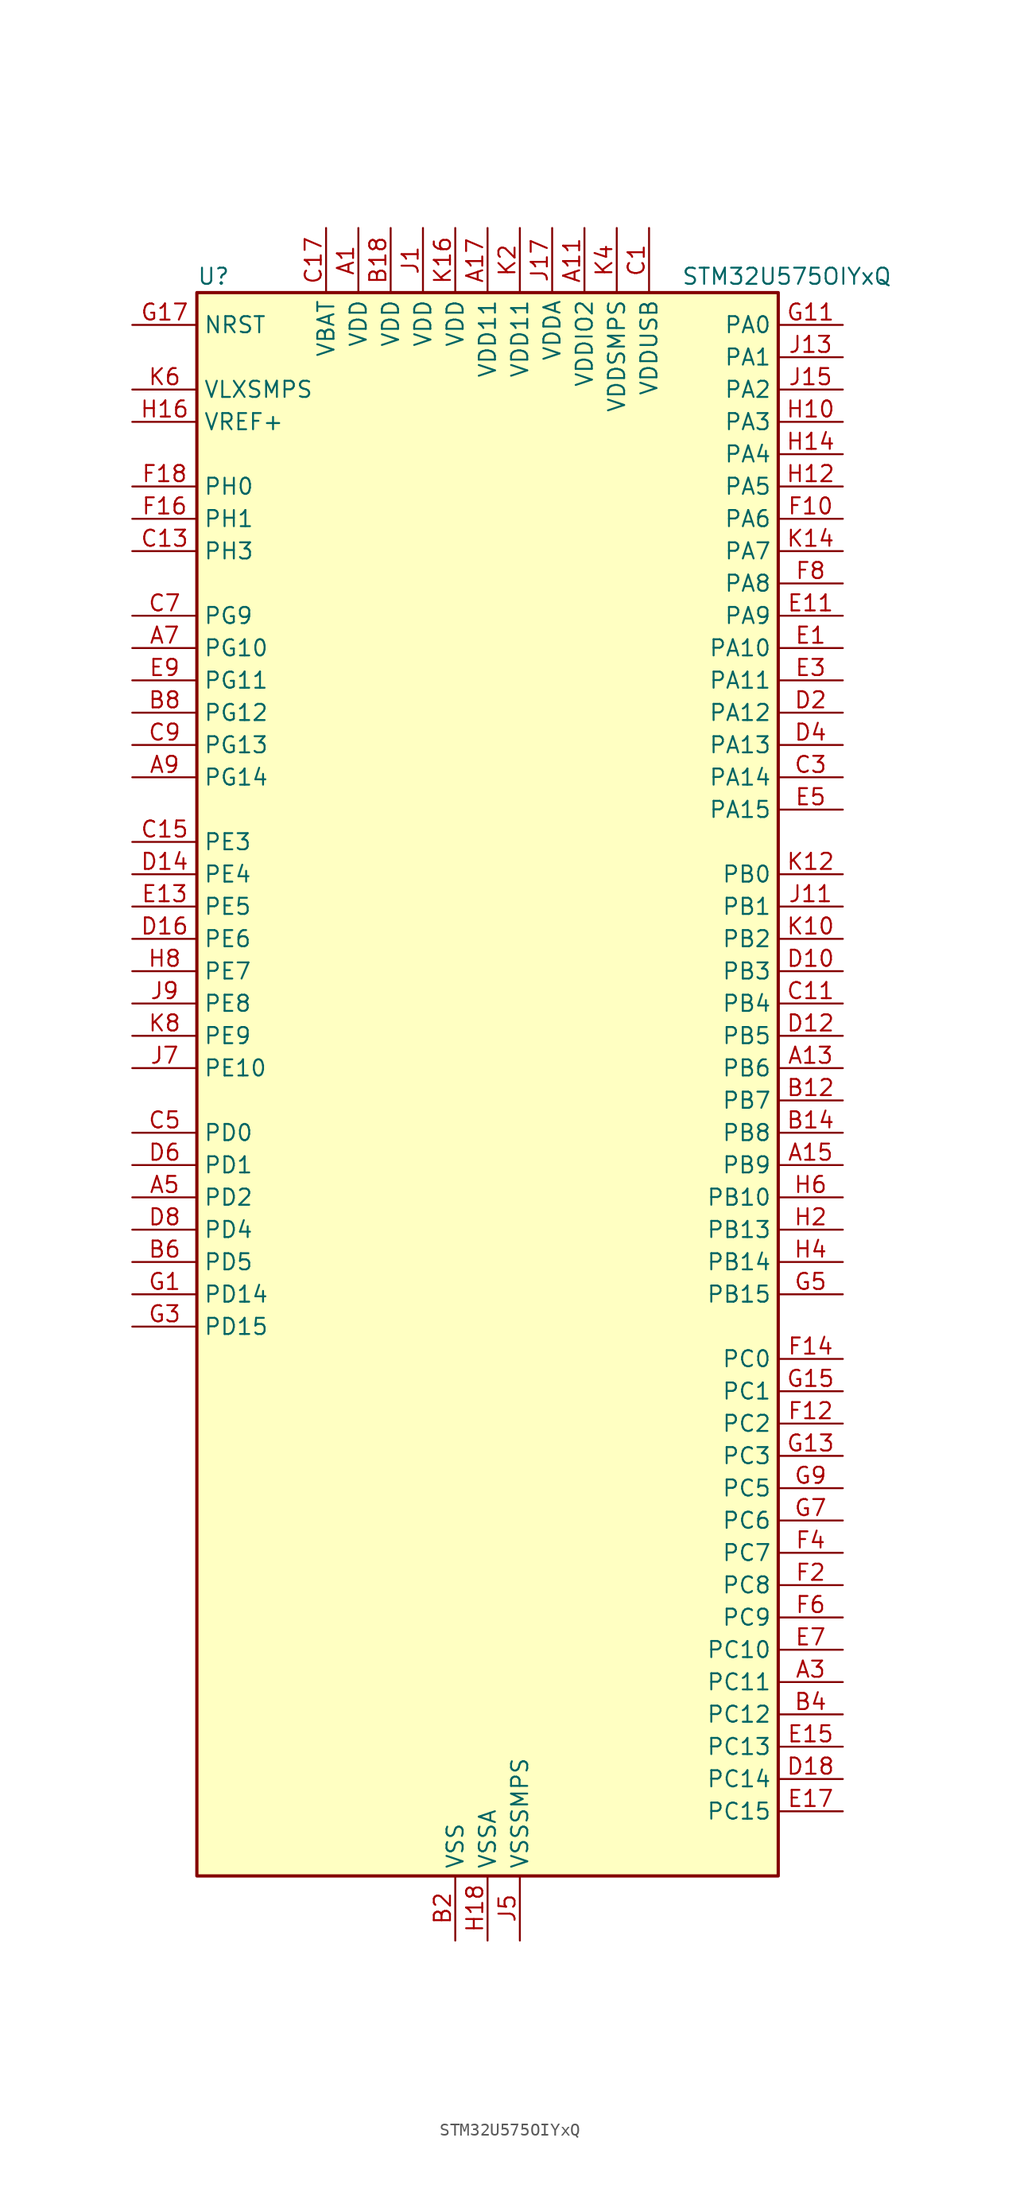
<source format=kicad_sym>
(kicad_symbol_lib
  (version 20211014)
  (generator kicad-library-utils)
  (symbol "STM32U575OIYxQ"
    (property "Reference" "U"
      (at -22.86 64.77 0)
      (effects (font (size 1.27 1.27)) (justify left)))
    (property "Value" "STM32U575OIYxQ"
      (at 15.24 64.77 0)
      (effects (font (size 1.27 1.27)) (justify left)))
    (property "ki_fp_filters" "*"
      (at 0.0 0.0 0.0)
      (effects (font (size 1.27 1.27))))
    (symbol "STM32U575OIYxQ_0_1"
      (rectangle (start -22.86 -60.96) (end 22.86 63.5) (stroke (width 0.254)) (fill (type background))))
    (symbol "STM32U575OIYxQ_1_1"
      (pin input line (at -27.94 60.96 0) (length 5.08) (name "NRST" (effects (font (size 1.27 1.27)))) (number "G17" (effects (font (size 1.27 1.27)))))
      (pin power_in line (at -27.94 55.88 0) (length 5.08) (name "VLXSMPS" (effects (font (size 1.27 1.27)))) (number "K6" (effects (font (size 1.27 1.27)))))
      (pin input line (at -27.94 53.34 0) (length 5.08) (name "VREF+" (effects (font (size 1.27 1.27)))) (number "H16" (effects (font (size 1.27 1.27)))) (alternate "VREFBUF_OUT" bidirectional line))
      (pin bidirectional line (at -27.94 48.26 0) (length 5.08) (name "PH0" (effects (font (size 1.27 1.27)))) (number "F18" (effects (font (size 1.27 1.27)))) (alternate "RCC_OSC_IN" bidirectional line))
      (pin bidirectional line (at -27.94 45.72 0) (length 5.08) (name "PH1" (effects (font (size 1.27 1.27)))) (number "F16" (effects (font (size 1.27 1.27)))) (alternate "RCC_OSC_OUT" bidirectional line))
      (pin bidirectional line (at -27.94 43.18 0) (length 5.08) (name "PH3" (effects (font (size 1.27 1.27)))) (number "C13" (effects (font (size 1.27 1.27)))))
      (pin bidirectional line (at -27.94 38.1 0) (length 5.08) (name "PG9" (effects (font (size 1.27 1.27)))) (number "C7" (effects (font (size 1.27 1.27)))) (alternate "DAC1_EXTI9" bidirectional line) (alternate "FMC_NCE" bidirectional line) (alternate "FMC_NE2" bidirectional line) (alternate "OCTOSPIM_P2_IO6" bidirectional line) (alternate "SPI3_SCK" bidirectional line) (alternate "TIM15_CH1N" bidirectional line) (alternate "USART1_TX" bidirectional line))
      (pin bidirectional line (at -27.94 35.56 0) (length 5.08) (name "PG10" (effects (font (size 1.27 1.27)))) (number "A7" (effects (font (size 1.27 1.27)))) (alternate "FMC_NE3" bidirectional line) (alternate "LPTIM1_IN1" bidirectional line) (alternate "OCTOSPIM_P2_IO7" bidirectional line) (alternate "SPI3_MISO" bidirectional line) (alternate "TIM15_CH1" bidirectional line) (alternate "USART1_RX" bidirectional line))
      (pin bidirectional line (at -27.94 33.02 0) (length 5.08) (name "PG11" (effects (font (size 1.27 1.27)))) (number "E9" (effects (font (size 1.27 1.27)))) (alternate "ADC1_EXTI11" bidirectional line) (alternate "LPTIM1_IN2" bidirectional line) (alternate "OCTOSPIM_P1_IO5" bidirectional line) (alternate "SPI3_MOSI" bidirectional line) (alternate "TIM15_CH2" bidirectional line) (alternate "USART1_CTS" bidirectional line))
      (pin bidirectional line (at -27.94 30.48 0) (length 5.08) (name "PG12" (effects (font (size 1.27 1.27)))) (number "B8" (effects (font (size 1.27 1.27)))) (alternate "FMC_NE4" bidirectional line) (alternate "LPTIM1_ETR" bidirectional line) (alternate "OCTOSPIM_P2_NCS" bidirectional line) (alternate "SPI3_NSS" bidirectional line) (alternate "USART1_DE" bidirectional line) (alternate "USART1_RTS" bidirectional line))
      (pin bidirectional line (at -27.94 27.94 0) (length 5.08) (name "PG13" (effects (font (size 1.27 1.27)))) (number "C9" (effects (font (size 1.27 1.27)))) (alternate "FMC_A24" bidirectional line) (alternate "I2C1_SDA" bidirectional line) (alternate "SPI3_RDY" bidirectional line) (alternate "USART1_CK" bidirectional line))
      (pin bidirectional line (at -27.94 25.4 0) (length 5.08) (name "PG14" (effects (font (size 1.27 1.27)))) (number "A9" (effects (font (size 1.27 1.27)))) (alternate "FMC_A25" bidirectional line) (alternate "I2C1_SCL" bidirectional line) (alternate "LPTIM1_CH2" bidirectional line))
      (pin bidirectional line (at -27.94 20.32 0) (length 5.08) (name "PE3" (effects (font (size 1.27 1.27)))) (number "C15" (effects (font (size 1.27 1.27)))) (alternate "DEBUG_TRACED0" bidirectional line) (alternate "FMC_A19" bidirectional line) (alternate "OCTOSPIM_P1_DQS" bidirectional line) (alternate "SAI1_SD_B" bidirectional line) (alternate "TAMP_IN6" bidirectional line) (alternate "TAMP_OUT3" bidirectional line) (alternate "TIM3_CH1" bidirectional line) (alternate "TSC_G7_IO2" bidirectional line))
      (pin bidirectional line (at -27.94 17.78 0) (length 5.08) (name "PE4" (effects (font (size 1.27 1.27)))) (number "D14" (effects (font (size 1.27 1.27)))) (alternate "DCMI_D4" bidirectional line) (alternate "DEBUG_TRACED1" bidirectional line) (alternate "FMC_A20" bidirectional line) (alternate "MDF1_SDI3" bidirectional line) (alternate "PSSI_D4" bidirectional line) (alternate "PWR_WKUP1" bidirectional line) (alternate "SAI1_D2" bidirectional line) (alternate "SAI1_FS_A" bidirectional line) (alternate "TAMP_IN7" bidirectional line) (alternate "TAMP_OUT8" bidirectional line) (alternate "TIM3_CH2" bidirectional line) (alternate "TSC_G7_IO3" bidirectional line))
      (pin bidirectional line (at -27.94 15.24 0) (length 5.08) (name "PE5" (effects (font (size 1.27 1.27)))) (number "E13" (effects (font (size 1.27 1.27)))) (alternate "DCMI_D6" bidirectional line) (alternate "DEBUG_TRACED2" bidirectional line) (alternate "FMC_A21" bidirectional line) (alternate "MDF1_CKI3" bidirectional line) (alternate "PSSI_D6" bidirectional line) (alternate "PWR_WKUP2" bidirectional line) (alternate "SAI1_CK2" bidirectional line) (alternate "SAI1_SCK_A" bidirectional line) (alternate "TAMP_IN8" bidirectional line) (alternate "TAMP_OUT7" bidirectional line) (alternate "TIM3_CH3" bidirectional line) (alternate "TSC_G7_IO4" bidirectional line))
      (pin bidirectional line (at -27.94 12.7 0) (length 5.08) (name "PE6" (effects (font (size 1.27 1.27)))) (number "D16" (effects (font (size 1.27 1.27)))) (alternate "DCMI_D7" bidirectional line) (alternate "DEBUG_TRACED3" bidirectional line) (alternate "FMC_A22" bidirectional line) (alternate "PSSI_D7" bidirectional line) (alternate "PWR_WKUP3" bidirectional line) (alternate "SAI1_D1" bidirectional line) (alternate "SAI1_SD_A" bidirectional line) (alternate "TAMP_IN3" bidirectional line) (alternate "TAMP_OUT6" bidirectional line) (alternate "TIM3_CH4" bidirectional line))
      (pin bidirectional line (at -27.94 10.16 0) (length 5.08) (name "PE7" (effects (font (size 1.27 1.27)))) (number "H8" (effects (font (size 1.27 1.27)))) (alternate "FMC_D4" bidirectional line) (alternate "FMC_DA4" bidirectional line) (alternate "MDF1_SDI2" bidirectional line) (alternate "PWR_WKUP6" bidirectional line) (alternate "SAI1_SD_B" bidirectional line) (alternate "TIM1_ETR" bidirectional line))
      (pin bidirectional line (at -27.94 7.62 0) (length 5.08) (name "PE8" (effects (font (size 1.27 1.27)))) (number "J9" (effects (font (size 1.27 1.27)))) (alternate "FMC_D5" bidirectional line) (alternate "FMC_DA5" bidirectional line) (alternate "MDF1_CKI2" bidirectional line) (alternate "PWR_WKUP7" bidirectional line) (alternate "SAI1_SCK_B" bidirectional line) (alternate "TIM1_CH1N" bidirectional line))
      (pin bidirectional line (at -27.94 5.08 0) (length 5.08) (name "PE9" (effects (font (size 1.27 1.27)))) (number "K8" (effects (font (size 1.27 1.27)))) (alternate "ADF1_CCK0" bidirectional line) (alternate "DAC1_EXTI9" bidirectional line) (alternate "FMC_D6" bidirectional line) (alternate "FMC_DA6" bidirectional line) (alternate "MDF1_CCK0" bidirectional line) (alternate "OCTOSPIM_P1_NCLK" bidirectional line) (alternate "SAI1_FS_B" bidirectional line) (alternate "TIM1_CH1" bidirectional line))
      (pin bidirectional line (at -27.94 2.54 0) (length 5.08) (name "PE10" (effects (font (size 1.27 1.27)))) (number "J7" (effects (font (size 1.27 1.27)))) (alternate "ADF1_SDI0" bidirectional line) (alternate "FMC_D7" bidirectional line) (alternate "FMC_DA7" bidirectional line) (alternate "MDF1_SDI4" bidirectional line) (alternate "OCTOSPIM_P1_CLK" bidirectional line) (alternate "SAI1_MCLK_B" bidirectional line) (alternate "TIM1_CH2N" bidirectional line) (alternate "TSC_G5_IO1" bidirectional line))
      (pin bidirectional line (at -27.94 -2.54 0) (length 5.08) (name "PD0" (effects (font (size 1.27 1.27)))) (number "C5" (effects (font (size 1.27 1.27)))) (alternate "FDCAN1_RX" bidirectional line) (alternate "FMC_D2" bidirectional line) (alternate "FMC_DA2" bidirectional line) (alternate "SPI2_NSS" bidirectional line) (alternate "TIM8_CH4N" bidirectional line))
      (pin bidirectional line (at -27.94 -5.08 0) (length 5.08) (name "PD1" (effects (font (size 1.27 1.27)))) (number "D6" (effects (font (size 1.27 1.27)))) (alternate "FDCAN1_TX" bidirectional line) (alternate "FMC_D3" bidirectional line) (alternate "FMC_DA3" bidirectional line) (alternate "SPI2_SCK" bidirectional line))
      (pin bidirectional line (at -27.94 -7.62 0) (length 5.08) (name "PD2" (effects (font (size 1.27 1.27)))) (number "A5" (effects (font (size 1.27 1.27)))) (alternate "DCMI_D11" bidirectional line) (alternate "DEBUG_TRACED2" bidirectional line) (alternate "LPTIM4_ETR" bidirectional line) (alternate "PSSI_D11" bidirectional line) (alternate "SDMMC1_CMD" bidirectional line) (alternate "TIM3_ETR" bidirectional line) (alternate "TSC_SYNC" bidirectional line) (alternate "UART5_RX" bidirectional line) (alternate "USART3_DE" bidirectional line) (alternate "USART3_RTS" bidirectional line))
      (pin bidirectional line (at -27.94 -10.16 0) (length 5.08) (name "PD4" (effects (font (size 1.27 1.27)))) (number "D8" (effects (font (size 1.27 1.27)))) (alternate "FMC_NOE" bidirectional line) (alternate "MDF1_CKI0" bidirectional line) (alternate "OCTOSPIM_P1_IO4" bidirectional line) (alternate "SPI2_MOSI" bidirectional line) (alternate "USART2_DE" bidirectional line) (alternate "USART2_RTS" bidirectional line))
      (pin bidirectional line (at -27.94 -12.7 0) (length 5.08) (name "PD5" (effects (font (size 1.27 1.27)))) (number "B6" (effects (font (size 1.27 1.27)))) (alternate "FMC_NWE" bidirectional line) (alternate "OCTOSPIM_P1_IO5" bidirectional line) (alternate "SPI2_RDY" bidirectional line) (alternate "USART2_TX" bidirectional line))
      (pin bidirectional line (at -27.94 -15.24 0) (length 5.08) (name "PD14" (effects (font (size 1.27 1.27)))) (number "G1" (effects (font (size 1.27 1.27)))) (alternate "FMC_D0" bidirectional line) (alternate "FMC_DA0" bidirectional line) (alternate "LPTIM3_CH1" bidirectional line) (alternate "TIM4_CH3" bidirectional line))
      (pin bidirectional line (at -27.94 -17.78 0) (length 5.08) (name "PD15" (effects (font (size 1.27 1.27)))) (number "G3" (effects (font (size 1.27 1.27)))) (alternate "ADC1_EXTI15" bidirectional line) (alternate "ADC4_EXTI15" bidirectional line) (alternate "FMC_D1" bidirectional line) (alternate "FMC_DA1" bidirectional line) (alternate "LPTIM3_CH2" bidirectional line) (alternate "TIM4_CH4" bidirectional line))
      (pin bidirectional line (at 27.94 60.96 180) (length 5.08) (name "PA0" (effects (font (size 1.27 1.27)))) (number "G11" (effects (font (size 1.27 1.27)))) (alternate "ADC1_IN5" bidirectional line) (alternate "AUDIOCLK" bidirectional line) (alternate "OCTOSPIM_P2_NCS" bidirectional line) (alternate "OPAMP1_VINP" bidirectional line) (alternate "PWR_WKUP1" bidirectional line) (alternate "SDMMC2_CMD" bidirectional line) (alternate "SPI3_RDY" bidirectional line) (alternate "TAMP_IN2" bidirectional line) (alternate "TAMP_OUT1" bidirectional line) (alternate "TIM2_CH1" bidirectional line) (alternate "TIM2_ETR" bidirectional line) (alternate "TIM5_CH1" bidirectional line) (alternate "TIM8_ETR" bidirectional line) (alternate "UART4_TX" bidirectional line) (alternate "USART2_CTS" bidirectional line))
      (pin bidirectional line (at 27.94 58.42 180) (length 5.08) (name "PA1" (effects (font (size 1.27 1.27)))) (number "J13" (effects (font (size 1.27 1.27)))) (alternate "ADC1_IN6" bidirectional line) (alternate "I2C1_SMBA" bidirectional line) (alternate "LPTIM1_CH2" bidirectional line) (alternate "OCTOSPIM_P1_DQS" bidirectional line) (alternate "OPAMP1_VINM" bidirectional line) (alternate "PWR_WKUP3" bidirectional line) (alternate "SPI1_SCK" bidirectional line) (alternate "TAMP_IN5" bidirectional line) (alternate "TAMP_OUT4" bidirectional line) (alternate "TIM15_CH1N" bidirectional line) (alternate "TIM2_CH2" bidirectional line) (alternate "TIM5_CH2" bidirectional line) (alternate "UART4_RX" bidirectional line) (alternate "USART2_DE" bidirectional line) (alternate "USART2_RTS" bidirectional line))
      (pin bidirectional line (at 27.94 55.88 180) (length 5.08) (name "PA2" (effects (font (size 1.27 1.27)))) (number "J15" (effects (font (size 1.27 1.27)))) (alternate "ADC1_IN7" bidirectional line) (alternate "COMP1_INP" bidirectional line) (alternate "LPUART1_TX" bidirectional line) (alternate "OCTOSPIM_P1_NCS" bidirectional line) (alternate "PWR_WKUP4" bidirectional line) (alternate "RCC_LSCO" bidirectional line) (alternate "SPI1_RDY" bidirectional line) (alternate "TIM15_CH1" bidirectional line) (alternate "TIM2_CH3" bidirectional line) (alternate "TIM5_CH3" bidirectional line) (alternate "UCPD1_FRSTX1" bidirectional line) (alternate "USART2_TX" bidirectional line))
      (pin bidirectional line (at 27.94 53.34 180) (length 5.08) (name "PA3" (effects (font (size 1.27 1.27)))) (number "H10" (effects (font (size 1.27 1.27)))) (alternate "ADC1_IN8" bidirectional line) (alternate "LPUART1_RX" bidirectional line) (alternate "OCTOSPIM_P1_CLK" bidirectional line) (alternate "OPAMP1_VOUT" bidirectional line) (alternate "PWR_WKUP5" bidirectional line) (alternate "SAI1_CK1" bidirectional line) (alternate "SAI1_MCLK_A" bidirectional line) (alternate "TIM15_CH2" bidirectional line) (alternate "TIM2_CH4" bidirectional line) (alternate "TIM5_CH4" bidirectional line) (alternate "USART2_RX" bidirectional line))
      (pin bidirectional line (at 27.94 50.8 180) (length 5.08) (name "PA4" (effects (font (size 1.27 1.27)))) (number "H14" (effects (font (size 1.27 1.27)))) (alternate "ADC1_IN9" bidirectional line) (alternate "ADC4_IN9" bidirectional line) (alternate "DAC1_OUT1" bidirectional line) (alternate "DCMI_HSYNC" bidirectional line) (alternate "LPTIM2_CH1" bidirectional line) (alternate "OCTOSPIM_P1_NCS" bidirectional line) (alternate "PSSI_DE" bidirectional line) (alternate "PWR_WKUP2" bidirectional line) (alternate "SAI1_FS_B" bidirectional line) (alternate "SPI1_NSS" bidirectional line) (alternate "SPI3_NSS" bidirectional line) (alternate "USART2_CK" bidirectional line))
      (pin bidirectional line (at 27.94 48.26 180) (length 5.08) (name "PA5" (effects (font (size 1.27 1.27)))) (number "H12" (effects (font (size 1.27 1.27)))) (alternate "ADC1_IN10" bidirectional line) (alternate "ADC4_IN10" bidirectional line) (alternate "DAC1_OUT2" bidirectional line) (alternate "LPTIM2_ETR" bidirectional line) (alternate "PSSI_D14" bidirectional line) (alternate "PWR_CSLEEP" bidirectional line) (alternate "PWR_WKUP6" bidirectional line) (alternate "SPI1_SCK" bidirectional line) (alternate "TIM2_CH1" bidirectional line) (alternate "TIM2_ETR" bidirectional line) (alternate "TIM8_CH1N" bidirectional line) (alternate "USART3_RX" bidirectional line))
      (pin bidirectional line (at 27.94 45.72 180) (length 5.08) (name "PA6" (effects (font (size 1.27 1.27)))) (number "F10" (effects (font (size 1.27 1.27)))) (alternate "ADC1_IN11" bidirectional line) (alternate "ADC4_IN11" bidirectional line) (alternate "DCMI_PIXCLK" bidirectional line) (alternate "LPUART1_CTS" bidirectional line) (alternate "OCTOSPIM_P1_IO3" bidirectional line) (alternate "OPAMP2_VINP" bidirectional line) (alternate "PSSI_PDCK" bidirectional line) (alternate "PWR_CDSTOP" bidirectional line) (alternate "PWR_WKUP7" bidirectional line) (alternate "SPI1_MISO" bidirectional line) (alternate "TIM16_CH1" bidirectional line) (alternate "TIM1_BKIN" bidirectional line) (alternate "TIM3_CH1" bidirectional line) (alternate "TIM8_BKIN" bidirectional line) (alternate "USART3_CTS" bidirectional line))
      (pin bidirectional line (at 27.94 43.18 180) (length 5.08) (name "PA7" (effects (font (size 1.27 1.27)))) (number "K14" (effects (font (size 1.27 1.27)))) (alternate "ADC1_IN12" bidirectional line) (alternate "ADC4_IN20" bidirectional line) (alternate "I2C3_SCL" bidirectional line) (alternate "LPTIM2_CH2" bidirectional line) (alternate "OCTOSPIM_P1_IO2" bidirectional line) (alternate "OPAMP2_VINM" bidirectional line) (alternate "PWR_SRDSTOP" bidirectional line) (alternate "PWR_WKUP8" bidirectional line) (alternate "SPI1_MOSI" bidirectional line) (alternate "TIM17_CH1" bidirectional line) (alternate "TIM1_CH1N" bidirectional line) (alternate "TIM3_CH2" bidirectional line) (alternate "TIM8_CH1N" bidirectional line) (alternate "USART3_TX" bidirectional line))
      (pin bidirectional line (at 27.94 40.64 180) (length 5.08) (name "PA8" (effects (font (size 1.27 1.27)))) (number "F8" (effects (font (size 1.27 1.27)))) (alternate "DEBUG_TRACECLK" bidirectional line) (alternate "LPTIM2_CH1" bidirectional line) (alternate "RCC_MCO" bidirectional line) (alternate "SAI1_CK2" bidirectional line) (alternate "SAI1_SCK_A" bidirectional line) (alternate "SPI1_RDY" bidirectional line) (alternate "TIM1_CH1" bidirectional line) (alternate "USART1_CK" bidirectional line) (alternate "USB_OTG_FS_SOF" bidirectional line))
      (pin bidirectional line (at 27.94 38.1 180) (length 5.08) (name "PA9" (effects (font (size 1.27 1.27)))) (number "E11" (effects (font (size 1.27 1.27)))) (alternate "DAC1_EXTI9" bidirectional line) (alternate "DCMI_D0" bidirectional line) (alternate "PSSI_D0" bidirectional line) (alternate "SAI1_FS_A" bidirectional line) (alternate "SPI2_SCK" bidirectional line) (alternate "TIM15_BKIN" bidirectional line) (alternate "TIM1_CH2" bidirectional line) (alternate "USART1_TX" bidirectional line) (alternate "USB_OTG_FS_VBUS" bidirectional line))
      (pin bidirectional line (at 27.94 35.56 180) (length 5.08) (name "PA10" (effects (font (size 1.27 1.27)))) (number "E1" (effects (font (size 1.27 1.27)))) (alternate "CRS_SYNC" bidirectional line) (alternate "DCMI_D1" bidirectional line) (alternate "LPTIM2_IN2" bidirectional line) (alternate "PSSI_D1" bidirectional line) (alternate "SAI1_D1" bidirectional line) (alternate "SAI1_SD_A" bidirectional line) (alternate "TIM17_BKIN" bidirectional line) (alternate "TIM1_CH3" bidirectional line) (alternate "USART1_RX" bidirectional line) (alternate "USB_OTG_FS_ID" bidirectional line))
      (pin bidirectional line (at 27.94 33.02 180) (length 5.08) (name "PA11" (effects (font (size 1.27 1.27)))) (number "E3" (effects (font (size 1.27 1.27)))) (alternate "ADC1_EXTI11" bidirectional line) (alternate "FDCAN1_RX" bidirectional line) (alternate "SPI1_MISO" bidirectional line) (alternate "TIM1_BKIN2" bidirectional line) (alternate "TIM1_CH4" bidirectional line) (alternate "USART1_CTS" bidirectional line) (alternate "USB_OTG_FS_DM" bidirectional line))
      (pin bidirectional line (at 27.94 30.48 180) (length 5.08) (name "PA12" (effects (font (size 1.27 1.27)))) (number "D2" (effects (font (size 1.27 1.27)))) (alternate "FDCAN1_TX" bidirectional line) (alternate "OCTOSPIM_P2_NCS" bidirectional line) (alternate "SPI1_MOSI" bidirectional line) (alternate "TIM1_ETR" bidirectional line) (alternate "USART1_DE" bidirectional line) (alternate "USART1_RTS" bidirectional line) (alternate "USB_OTG_FS_DP" bidirectional line))
      (pin bidirectional line (at 27.94 27.94 180) (length 5.08) (name "PA13" (effects (font (size 1.27 1.27)))) (number "D4" (effects (font (size 1.27 1.27)))) (alternate "DEBUG_JTMS-SWDIO" bidirectional line) (alternate "IR_OUT" bidirectional line) (alternate "SAI1_SD_B" bidirectional line) (alternate "USB_OTG_FS_NOE" bidirectional line))
      (pin bidirectional line (at 27.94 25.4 180) (length 5.08) (name "PA14" (effects (font (size 1.27 1.27)))) (number "C3" (effects (font (size 1.27 1.27)))) (alternate "DEBUG_JTCK-SWCLK" bidirectional line) (alternate "I2C1_SMBA" bidirectional line) (alternate "I2C4_SMBA" bidirectional line) (alternate "LPTIM1_CH1" bidirectional line) (alternate "SAI1_FS_B" bidirectional line) (alternate "USB_OTG_FS_SOF" bidirectional line))
      (pin bidirectional line (at 27.94 22.86 180) (length 5.08) (name "PA15" (effects (font (size 1.27 1.27)))) (number "E5" (effects (font (size 1.27 1.27)))) (alternate "ADC1_EXTI15" bidirectional line) (alternate "ADC4_EXTI15" bidirectional line) (alternate "DEBUG_JTDI" bidirectional line) (alternate "SPI1_NSS" bidirectional line) (alternate "SPI3_NSS" bidirectional line) (alternate "TIM2_CH1" bidirectional line) (alternate "TIM2_ETR" bidirectional line) (alternate "UART4_DE" bidirectional line) (alternate "UART4_RTS" bidirectional line) (alternate "UCPD1_CC1" bidirectional line) (alternate "USART2_RX" bidirectional line) (alternate "USART3_DE" bidirectional line) (alternate "USART3_RTS" bidirectional line))
      (pin bidirectional line (at 27.94 17.78 180) (length 5.08) (name "PB0" (effects (font (size 1.27 1.27)))) (number "K12" (effects (font (size 1.27 1.27)))) (alternate "ADC1_IN15" bidirectional line) (alternate "ADC4_IN18" bidirectional line) (alternate "AUDIOCLK" bidirectional line) (alternate "COMP1_OUT" bidirectional line) (alternate "LPTIM3_CH1" bidirectional line) (alternate "OCTOSPIM_P1_IO1" bidirectional line) (alternate "OPAMP2_VOUT" bidirectional line) (alternate "SPI1_NSS" bidirectional line) (alternate "TIM1_CH2N" bidirectional line) (alternate "TIM3_CH3" bidirectional line) (alternate "TIM8_CH2N" bidirectional line) (alternate "USART3_CK" bidirectional line))
      (pin bidirectional line (at 27.94 15.24 180) (length 5.08) (name "PB1" (effects (font (size 1.27 1.27)))) (number "J11" (effects (font (size 1.27 1.27)))) (alternate "ADC1_IN16" bidirectional line) (alternate "ADC4_IN19" bidirectional line) (alternate "COMP1_INM" bidirectional line) (alternate "LPTIM2_IN1" bidirectional line) (alternate "LPTIM3_CH2" bidirectional line) (alternate "LPUART1_DE" bidirectional line) (alternate "LPUART1_RTS" bidirectional line) (alternate "MDF1_SDI0" bidirectional line) (alternate "OCTOSPIM_P1_IO0" bidirectional line) (alternate "PWR_WKUP4" bidirectional line) (alternate "TIM1_CH3N" bidirectional line) (alternate "TIM3_CH4" bidirectional line) (alternate "TIM8_CH3N" bidirectional line) (alternate "USART3_DE" bidirectional line) (alternate "USART3_RTS" bidirectional line))
      (pin bidirectional line (at 27.94 12.7 180) (length 5.08) (name "PB2" (effects (font (size 1.27 1.27)))) (number "K10" (effects (font (size 1.27 1.27)))) (alternate "ADC1_IN17" bidirectional line) (alternate "COMP1_INP" bidirectional line) (alternate "I2C3_SMBA" bidirectional line) (alternate "LPTIM1_CH1" bidirectional line) (alternate "MDF1_CKI0" bidirectional line) (alternate "OCTOSPIM_P1_DQS" bidirectional line) (alternate "PWR_WKUP1" bidirectional line) (alternate "RTC_OUT2" bidirectional line) (alternate "SPI1_RDY" bidirectional line) (alternate "TIM8_CH4N" bidirectional line) (alternate "UCPD1_FRSTX1" bidirectional line))
      (pin bidirectional line (at 27.94 10.16 180) (length 5.08) (name "PB3" (effects (font (size 1.27 1.27)))) (number "D10" (effects (font (size 1.27 1.27)))) (alternate "ADF1_CCK0" bidirectional line) (alternate "COMP2_INM" bidirectional line) (alternate "CRS_SYNC" bidirectional line) (alternate "DEBUG_JTDO-SWO" bidirectional line) (alternate "I2C1_SDA" bidirectional line) (alternate "LPTIM1_CH1" bidirectional line) (alternate "SAI1_SCK_B" bidirectional line) (alternate "SDMMC2_D2" bidirectional line) (alternate "SPI1_SCK" bidirectional line) (alternate "SPI3_SCK" bidirectional line) (alternate "TIM2_CH2" bidirectional line) (alternate "USART1_DE" bidirectional line) (alternate "USART1_RTS" bidirectional line))
      (pin bidirectional line (at 27.94 7.62 180) (length 5.08) (name "PB4" (effects (font (size 1.27 1.27)))) (number "C11" (effects (font (size 1.27 1.27)))) (alternate "ADF1_SDI0" bidirectional line) (alternate "COMP2_INP" bidirectional line) (alternate "DCMI_D12" bidirectional line) (alternate "DEBUG_JTRST" bidirectional line) (alternate "I2C3_SDA" bidirectional line) (alternate "LPTIM1_CH2" bidirectional line) (alternate "PSSI_D12" bidirectional line) (alternate "SAI1_MCLK_B" bidirectional line) (alternate "SDMMC2_D3" bidirectional line) (alternate "SPI1_MISO" bidirectional line) (alternate "SPI3_MISO" bidirectional line) (alternate "TIM17_BKIN" bidirectional line) (alternate "TIM3_CH1" bidirectional line) (alternate "TSC_G2_IO1" bidirectional line) (alternate "UART5_DE" bidirectional line) (alternate "UART5_RTS" bidirectional line) (alternate "USART1_CTS" bidirectional line))
      (pin bidirectional line (at 27.94 5.08 180) (length 5.08) (name "PB5" (effects (font (size 1.27 1.27)))) (number "D12" (effects (font (size 1.27 1.27)))) (alternate "COMP2_OUT" bidirectional line) (alternate "DCMI_D10" bidirectional line) (alternate "I2C1_SMBA" bidirectional line) (alternate "LPTIM1_IN1" bidirectional line) (alternate "OCTOSPIM_P1_NCLK" bidirectional line) (alternate "PSSI_D10" bidirectional line) (alternate "PWR_WKUP6" bidirectional line) (alternate "SAI1_SD_B" bidirectional line) (alternate "SPI1_MOSI" bidirectional line) (alternate "SPI3_MOSI" bidirectional line) (alternate "TIM16_BKIN" bidirectional line) (alternate "TIM3_CH2" bidirectional line) (alternate "TSC_G2_IO2" bidirectional line) (alternate "UART5_CTS" bidirectional line) (alternate "UCPD1_DBCC1" bidirectional line) (alternate "USART1_CK" bidirectional line))
      (pin bidirectional line (at 27.94 2.54 180) (length 5.08) (name "PB6" (effects (font (size 1.27 1.27)))) (number "A13" (effects (font (size 1.27 1.27)))) (alternate "COMP2_INP" bidirectional line) (alternate "DCMI_D5" bidirectional line) (alternate "I2C1_SCL" bidirectional line) (alternate "I2C4_SCL" bidirectional line) (alternate "LPTIM1_ETR" bidirectional line) (alternate "MDF1_SDI5" bidirectional line) (alternate "PSSI_D5" bidirectional line) (alternate "PWR_WKUP3" bidirectional line) (alternate "SAI1_FS_B" bidirectional line) (alternate "TIM16_CH1N" bidirectional line) (alternate "TIM4_CH1" bidirectional line) (alternate "TIM8_BKIN2" bidirectional line) (alternate "TSC_G2_IO3" bidirectional line) (alternate "USART1_TX" bidirectional line))
      (pin bidirectional line (at 27.94 0.0 180) (length 5.08) (name "PB7" (effects (font (size 1.27 1.27)))) (number "B12" (effects (font (size 1.27 1.27)))) (alternate "COMP2_INM" bidirectional line) (alternate "DCMI_VSYNC" bidirectional line) (alternate "FMC_NL" bidirectional line) (alternate "I2C1_SDA" bidirectional line) (alternate "I2C4_SDA" bidirectional line) (alternate "LPTIM1_IN2" bidirectional line) (alternate "MDF1_CKI5" bidirectional line) (alternate "PSSI_RDY" bidirectional line) (alternate "PWR_PVD_IN" bidirectional line) (alternate "PWR_WKUP4" bidirectional line) (alternate "TIM17_CH1N" bidirectional line) (alternate "TIM4_CH2" bidirectional line) (alternate "TIM8_BKIN" bidirectional line) (alternate "TSC_G2_IO4" bidirectional line) (alternate "UART4_CTS" bidirectional line) (alternate "USART1_RX" bidirectional line))
      (pin bidirectional line (at 27.94 -2.54 180) (length 5.08) (name "PB8" (effects (font (size 1.27 1.27)))) (number "B14" (effects (font (size 1.27 1.27)))) (alternate "DCMI_D6" bidirectional line) (alternate "FDCAN1_RX" bidirectional line) (alternate "I2C1_SCL" bidirectional line) (alternate "MDF1_CCK0" bidirectional line) (alternate "PSSI_D6" bidirectional line) (alternate "PWR_WKUP5" bidirectional line) (alternate "SAI1_CK1" bidirectional line) (alternate "SAI1_MCLK_A" bidirectional line) (alternate "SDMMC1_CKIN" bidirectional line) (alternate "SDMMC1_D4" bidirectional line) (alternate "SDMMC2_D4" bidirectional line) (alternate "SPI3_RDY" bidirectional line) (alternate "TIM16_CH1" bidirectional line) (alternate "TIM4_CH3" bidirectional line))
      (pin bidirectional line (at 27.94 -5.08 180) (length 5.08) (name "PB9" (effects (font (size 1.27 1.27)))) (number "A15" (effects (font (size 1.27 1.27)))) (alternate "DAC1_EXTI9" bidirectional line) (alternate "DCMI_D7" bidirectional line) (alternate "FDCAN1_TX" bidirectional line) (alternate "I2C1_SDA" bidirectional line) (alternate "IR_OUT" bidirectional line) (alternate "PSSI_D7" bidirectional line) (alternate "SAI1_D2" bidirectional line) (alternate "SAI1_FS_A" bidirectional line) (alternate "SDMMC1_CDIR" bidirectional line) (alternate "SDMMC1_D5" bidirectional line) (alternate "SDMMC2_D5" bidirectional line) (alternate "SPI2_NSS" bidirectional line) (alternate "TIM17_CH1" bidirectional line) (alternate "TIM4_CH4" bidirectional line))
      (pin bidirectional line (at 27.94 -7.62 180) (length 5.08) (name "PB10" (effects (font (size 1.27 1.27)))) (number "H6" (effects (font (size 1.27 1.27)))) (alternate "COMP1_OUT" bidirectional line) (alternate "I2C2_SCL" bidirectional line) (alternate "I2C4_SCL" bidirectional line) (alternate "LPTIM3_CH1" bidirectional line) (alternate "LPUART1_RX" bidirectional line) (alternate "OCTOSPIM_P1_CLK" bidirectional line) (alternate "PWR_WKUP8" bidirectional line) (alternate "SAI1_SCK_A" bidirectional line) (alternate "SPI2_SCK" bidirectional line) (alternate "TIM2_CH3" bidirectional line) (alternate "TSC_SYNC" bidirectional line) (alternate "USART3_TX" bidirectional line))
      (pin bidirectional line (at 27.94 -10.16 180) (length 5.08) (name "PB13" (effects (font (size 1.27 1.27)))) (number "H2" (effects (font (size 1.27 1.27)))) (alternate "I2C2_SCL" bidirectional line) (alternate "LPTIM3_IN1" bidirectional line) (alternate "LPUART1_CTS" bidirectional line) (alternate "MDF1_CKI1" bidirectional line) (alternate "SPI2_SCK" bidirectional line) (alternate "TIM15_CH1N" bidirectional line) (alternate "TIM1_CH1N" bidirectional line) (alternate "TSC_G1_IO2" bidirectional line) (alternate "USART3_CTS" bidirectional line))
      (pin bidirectional line (at 27.94 -12.7 180) (length 5.08) (name "PB14" (effects (font (size 1.27 1.27)))) (number "H4" (effects (font (size 1.27 1.27)))) (alternate "I2C2_SDA" bidirectional line) (alternate "LPTIM3_ETR" bidirectional line) (alternate "MDF1_SDI2" bidirectional line) (alternate "SDMMC2_D0" bidirectional line) (alternate "SPI2_MISO" bidirectional line) (alternate "TIM15_CH1" bidirectional line) (alternate "TIM1_CH2N" bidirectional line) (alternate "TIM8_CH2N" bidirectional line) (alternate "TSC_G1_IO3" bidirectional line) (alternate "UCPD1_DBCC2" bidirectional line) (alternate "USART3_DE" bidirectional line) (alternate "USART3_RTS" bidirectional line))
      (pin bidirectional line (at 27.94 -15.24 180) (length 5.08) (name "PB15" (effects (font (size 1.27 1.27)))) (number "G5" (effects (font (size 1.27 1.27)))) (alternate "ADC1_EXTI15" bidirectional line) (alternate "ADC4_EXTI15" bidirectional line) (alternate "FMC_NBL1" bidirectional line) (alternate "LPTIM2_IN2" bidirectional line) (alternate "MDF1_CKI2" bidirectional line) (alternate "PWR_WKUP7" bidirectional line) (alternate "RTC_REFIN" bidirectional line) (alternate "SDMMC2_D1" bidirectional line) (alternate "SPI2_MOSI" bidirectional line) (alternate "TIM15_CH2" bidirectional line) (alternate "TIM1_CH3N" bidirectional line) (alternate "TIM8_CH3N" bidirectional line) (alternate "UCPD1_CC2" bidirectional line))
      (pin bidirectional line (at 27.94 -20.32 180) (length 5.08) (name "PC0" (effects (font (size 1.27 1.27)))) (number "F14" (effects (font (size 1.27 1.27)))) (alternate "ADC1_IN1" bidirectional line) (alternate "ADC4_IN1" bidirectional line) (alternate "I2C3_SCL" bidirectional line) (alternate "LPTIM1_IN1" bidirectional line) (alternate "LPTIM2_IN1" bidirectional line) (alternate "LPUART1_RX" bidirectional line) (alternate "MDF1_SDI4" bidirectional line) (alternate "OCTOSPIM_P1_IO7" bidirectional line) (alternate "SDMMC1_D5" bidirectional line) (alternate "SPI2_RDY" bidirectional line))
      (pin bidirectional line (at 27.94 -22.86 180) (length 5.08) (name "PC1" (effects (font (size 1.27 1.27)))) (number "G15" (effects (font (size 1.27 1.27)))) (alternate "ADC1_IN2" bidirectional line) (alternate "ADC4_IN2" bidirectional line) (alternate "DEBUG_TRACED0" bidirectional line) (alternate "I2C3_SDA" bidirectional line) (alternate "LPTIM1_CH1" bidirectional line) (alternate "LPUART1_TX" bidirectional line) (alternate "MDF1_CKI4" bidirectional line) (alternate "OCTOSPIM_P1_IO4" bidirectional line) (alternate "SAI1_SD_A" bidirectional line) (alternate "SDMMC2_CK" bidirectional line) (alternate "SPI2_MOSI" bidirectional line))
      (pin bidirectional line (at 27.94 -25.4 180) (length 5.08) (name "PC2" (effects (font (size 1.27 1.27)))) (number "F12" (effects (font (size 1.27 1.27)))) (alternate "ADC1_IN3" bidirectional line) (alternate "ADC4_IN3" bidirectional line) (alternate "LPTIM1_IN2" bidirectional line) (alternate "MDF1_CCK1" bidirectional line) (alternate "OCTOSPIM_P1_IO5" bidirectional line) (alternate "SPI2_MISO" bidirectional line))
      (pin bidirectional line (at 27.94 -27.94 180) (length 5.08) (name "PC3" (effects (font (size 1.27 1.27)))) (number "G13" (effects (font (size 1.27 1.27)))) (alternate "ADC1_IN4" bidirectional line) (alternate "ADC4_IN4" bidirectional line) (alternate "LPTIM1_ETR" bidirectional line) (alternate "LPTIM2_ETR" bidirectional line) (alternate "LPTIM3_CH1" bidirectional line) (alternate "OCTOSPIM_P1_IO6" bidirectional line) (alternate "SAI1_D1" bidirectional line) (alternate "SAI1_SD_A" bidirectional line) (alternate "SPI2_MOSI" bidirectional line))
      (pin bidirectional line (at 27.94 -30.48 180) (length 5.08) (name "PC5" (effects (font (size 1.27 1.27)))) (number "G9" (effects (font (size 1.27 1.27)))) (alternate "ADC1_IN14" bidirectional line) (alternate "ADC4_IN23" bidirectional line) (alternate "COMP1_INP" bidirectional line) (alternate "PSSI_D15" bidirectional line) (alternate "PWR_WKUP5" bidirectional line) (alternate "SAI1_D3" bidirectional line) (alternate "TAMP_IN4" bidirectional line) (alternate "TAMP_OUT5" bidirectional line) (alternate "TIM1_CH4N" bidirectional line) (alternate "USART3_RX" bidirectional line))
      (pin bidirectional line (at 27.94 -33.02 180) (length 5.08) (name "PC6" (effects (font (size 1.27 1.27)))) (number "G7" (effects (font (size 1.27 1.27)))) (alternate "DCMI_D0" bidirectional line) (alternate "MDF1_CKI3" bidirectional line) (alternate "PSSI_D0" bidirectional line) (alternate "PWR_CSLEEP" bidirectional line) (alternate "SDMMC1_D0DIR" bidirectional line) (alternate "SDMMC1_D6" bidirectional line) (alternate "SDMMC2_D6" bidirectional line) (alternate "TIM3_CH1" bidirectional line) (alternate "TIM8_CH1" bidirectional line) (alternate "TSC_G4_IO1" bidirectional line))
      (pin bidirectional line (at 27.94 -35.56 180) (length 5.08) (name "PC7" (effects (font (size 1.27 1.27)))) (number "F4" (effects (font (size 1.27 1.27)))) (alternate "DCMI_D1" bidirectional line) (alternate "LPTIM2_CH2" bidirectional line) (alternate "MDF1_SDI3" bidirectional line) (alternate "PSSI_D1" bidirectional line) (alternate "PWR_CDSTOP" bidirectional line) (alternate "SDMMC1_D123DIR" bidirectional line) (alternate "SDMMC1_D7" bidirectional line) (alternate "SDMMC2_D7" bidirectional line) (alternate "TIM3_CH2" bidirectional line) (alternate "TIM8_CH2" bidirectional line) (alternate "TSC_G4_IO2" bidirectional line))
      (pin bidirectional line (at 27.94 -38.1 180) (length 5.08) (name "PC8" (effects (font (size 1.27 1.27)))) (number "F2" (effects (font (size 1.27 1.27)))) (alternate "DCMI_D2" bidirectional line) (alternate "LPTIM3_CH1" bidirectional line) (alternate "PSSI_D2" bidirectional line) (alternate "PWR_SRDSTOP" bidirectional line) (alternate "SDMMC1_D0" bidirectional line) (alternate "TIM3_CH3" bidirectional line) (alternate "TIM8_CH3" bidirectional line) (alternate "TSC_G4_IO3" bidirectional line))
      (pin bidirectional line (at 27.94 -40.64 180) (length 5.08) (name "PC9" (effects (font (size 1.27 1.27)))) (number "F6" (effects (font (size 1.27 1.27)))) (alternate "DAC1_EXTI9" bidirectional line) (alternate "DCMI_D3" bidirectional line) (alternate "DEBUG_TRACED0" bidirectional line) (alternate "LPTIM3_CH2" bidirectional line) (alternate "PSSI_D3" bidirectional line) (alternate "SDMMC1_D1" bidirectional line) (alternate "TIM3_CH4" bidirectional line) (alternate "TIM8_BKIN2" bidirectional line) (alternate "TIM8_CH4" bidirectional line) (alternate "TSC_G4_IO4" bidirectional line) (alternate "USB_OTG_FS_NOE" bidirectional line))
      (pin bidirectional line (at 27.94 -43.18 180) (length 5.08) (name "PC10" (effects (font (size 1.27 1.27)))) (number "E7" (effects (font (size 1.27 1.27)))) (alternate "ADF1_CCK1" bidirectional line) (alternate "DCMI_D8" bidirectional line) (alternate "DEBUG_TRACED1" bidirectional line) (alternate "LPTIM3_ETR" bidirectional line) (alternate "PSSI_D8" bidirectional line) (alternate "SDMMC1_D2" bidirectional line) (alternate "SPI3_SCK" bidirectional line) (alternate "TSC_G3_IO2" bidirectional line) (alternate "UART4_TX" bidirectional line) (alternate "USART3_TX" bidirectional line))
      (pin bidirectional line (at 27.94 -45.72 180) (length 5.08) (name "PC11" (effects (font (size 1.27 1.27)))) (number "A3" (effects (font (size 1.27 1.27)))) (alternate "ADC1_EXTI11" bidirectional line) (alternate "ADF1_SDI0" bidirectional line) (alternate "DCMI_D2" bidirectional line) (alternate "DCMI_D4" bidirectional line) (alternate "LPTIM3_IN1" bidirectional line) (alternate "OCTOSPIM_P1_NCS" bidirectional line) (alternate "PSSI_D2" bidirectional line) (alternate "PSSI_D4" bidirectional line) (alternate "SDMMC1_D3" bidirectional line) (alternate "SPI3_MISO" bidirectional line) (alternate "TSC_G3_IO3" bidirectional line) (alternate "UART4_RX" bidirectional line) (alternate "UCPD1_FRSTX2" bidirectional line) (alternate "USART3_RX" bidirectional line))
      (pin bidirectional line (at 27.94 -48.26 180) (length 5.08) (name "PC12" (effects (font (size 1.27 1.27)))) (number "B4" (effects (font (size 1.27 1.27)))) (alternate "DCMI_D9" bidirectional line) (alternate "DEBUG_TRACED3" bidirectional line) (alternate "PSSI_D9" bidirectional line) (alternate "SDMMC1_CK" bidirectional line) (alternate "SPI3_MOSI" bidirectional line) (alternate "TSC_G3_IO4" bidirectional line) (alternate "UART5_TX" bidirectional line) (alternate "USART3_CK" bidirectional line))
      (pin bidirectional line (at 27.94 -50.8 180) (length 5.08) (name "PC13" (effects (font (size 1.27 1.27)))) (number "E15" (effects (font (size 1.27 1.27)))) (alternate "PWR_WKUP2" bidirectional line) (alternate "RTC_OUT1" bidirectional line) (alternate "RTC_TS" bidirectional line) (alternate "TAMP_IN1" bidirectional line) (alternate "TAMP_OUT2" bidirectional line))
      (pin bidirectional line (at 27.94 -53.34 180) (length 5.08) (name "PC14" (effects (font (size 1.27 1.27)))) (number "D18" (effects (font (size 1.27 1.27)))) (alternate "RCC_OSC32_IN" bidirectional line))
      (pin bidirectional line (at 27.94 -55.88 180) (length 5.08) (name "PC15" (effects (font (size 1.27 1.27)))) (number "E17" (effects (font (size 1.27 1.27)))) (alternate "ADC1_EXTI15" bidirectional line) (alternate "ADC4_EXTI15" bidirectional line) (alternate "RCC_OSC32_OUT" bidirectional line))
      (pin power_in line (at -12.7 68.58 270) (length 5.08) (name "VBAT" (effects (font (size 1.27 1.27)))) (number "C17" (effects (font (size 1.27 1.27)))))
      (pin power_in line (at -10.16 68.58 270) (length 5.08) (name "VDD" (effects (font (size 1.27 1.27)))) (number "A1" (effects (font (size 1.27 1.27)))))
      (pin power_in line (at -7.62 68.58 270) (length 5.08) (name "VDD" (effects (font (size 1.27 1.27)))) (number "B18" (effects (font (size 1.27 1.27)))))
      (pin power_in line (at -5.08 68.58 270) (length 5.08) (name "VDD" (effects (font (size 1.27 1.27)))) (number "J1" (effects (font (size 1.27 1.27)))))
      (pin power_in line (at -2.54 68.58 270) (length 5.08) (name "VDD" (effects (font (size 1.27 1.27)))) (number "K16" (effects (font (size 1.27 1.27)))))
      (pin power_in line (at 0.0 68.58 270) (length 5.08) (name "VDD11" (effects (font (size 1.27 1.27)))) (number "A17" (effects (font (size 1.27 1.27)))))
      (pin power_in line (at 2.54 68.58 270) (length 5.08) (name "VDD11" (effects (font (size 1.27 1.27)))) (number "K2" (effects (font (size 1.27 1.27)))))
      (pin power_in line (at 5.08 68.58 270) (length 5.08) (name "VDDA" (effects (font (size 1.27 1.27)))) (number "J17" (effects (font (size 1.27 1.27)))))
      (pin power_in line (at 7.62 68.58 270) (length 5.08) (name "VDDIO2" (effects (font (size 1.27 1.27)))) (number "A11" (effects (font (size 1.27 1.27)))))
      (pin power_in line (at 10.16 68.58 270) (length 5.08) (name "VDDSMPS" (effects (font (size 1.27 1.27)))) (number "K4" (effects (font (size 1.27 1.27)))))
      (pin power_in line (at 12.7 68.58 270) (length 5.08) (name "VDDUSB" (effects (font (size 1.27 1.27)))) (number "C1" (effects (font (size 1.27 1.27)))))
      (pin power_in line (at -2.54 -66.04 90) (length 5.08) (name "VSS" (effects (font (size 1.27 1.27)))) (number "B2" (effects (font (size 1.27 1.27)))))
      (pin passive line (at -2.54 -66.04 90) (length 5.08) hide (name "VSS" (effects (font (size 1.27 1.27)))) (number "B10" (effects (font (size 1.27 1.27)))))
      (pin passive line (at -2.54 -66.04 90) (length 5.08) hide (name "VSS" (effects (font (size 1.27 1.27)))) (number "B16" (effects (font (size 1.27 1.27)))))
      (pin passive line (at -2.54 -66.04 90) (length 5.08) hide (name "VSS" (effects (font (size 1.27 1.27)))) (number "J3" (effects (font (size 1.27 1.27)))))
      (pin passive line (at -2.54 -66.04 90) (length 5.08) hide (name "VSS" (effects (font (size 1.27 1.27)))) (number "K18" (effects (font (size 1.27 1.27)))))
      (pin power_in line (at 0.0 -66.04 90) (length 5.08) (name "VSSA" (effects (font (size 1.27 1.27)))) (number "H18" (effects (font (size 1.27 1.27)))))
      (pin power_in line (at 2.54 -66.04 90) (length 5.08) (name "VSSSMPS" (effects (font (size 1.27 1.27)))) (number "J5" (effects (font (size 1.27 1.27))))))))
</source>
